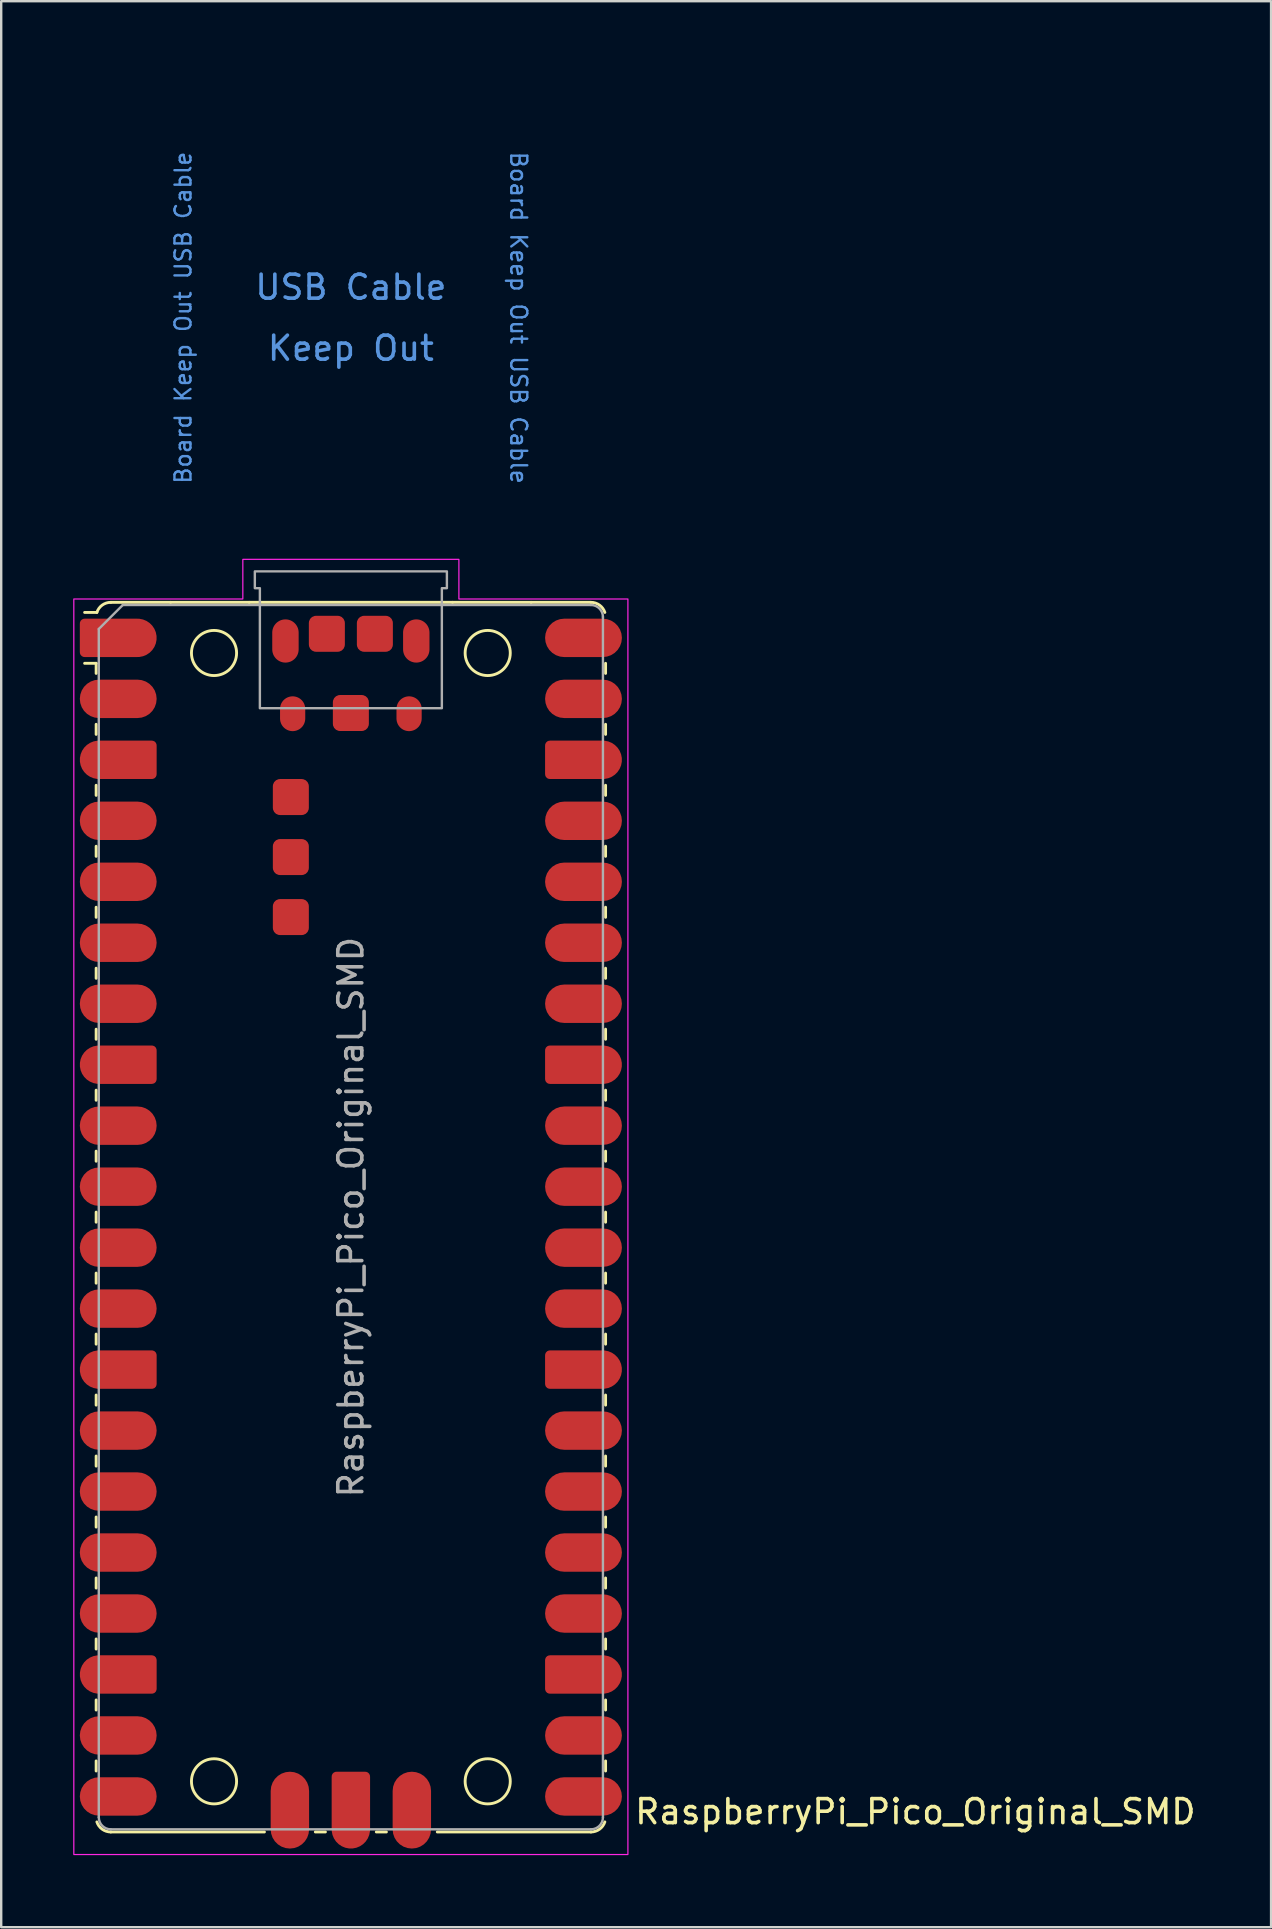
<source format=kicad_pcb>
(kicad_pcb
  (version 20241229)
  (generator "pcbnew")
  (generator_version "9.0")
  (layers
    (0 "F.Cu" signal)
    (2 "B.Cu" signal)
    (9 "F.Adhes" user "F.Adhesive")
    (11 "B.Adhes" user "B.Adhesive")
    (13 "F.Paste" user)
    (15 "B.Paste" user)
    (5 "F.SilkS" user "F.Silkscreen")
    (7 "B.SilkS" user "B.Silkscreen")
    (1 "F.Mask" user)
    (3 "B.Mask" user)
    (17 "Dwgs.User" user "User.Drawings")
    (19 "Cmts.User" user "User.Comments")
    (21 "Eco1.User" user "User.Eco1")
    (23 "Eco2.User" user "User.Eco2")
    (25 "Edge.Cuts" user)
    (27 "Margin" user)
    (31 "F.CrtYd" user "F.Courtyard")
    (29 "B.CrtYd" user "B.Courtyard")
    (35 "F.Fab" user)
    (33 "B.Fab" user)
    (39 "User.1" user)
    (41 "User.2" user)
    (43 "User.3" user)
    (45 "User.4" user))
  (footprint "RaspberryPi_Pico_Original_SMD"
    (layer "F.Cu")
    (at 11.565 47.65)
    (property "Reference" "RaspberryPi_Pico_Original_SMD" (at 11.748 24.765 0) (unlocked yes) (layer "F.SilkS") (effects (font (size 1 1) (thickness 0.15)) (justify left)))
    (attr smd)
    (fp_line (start -10.61 -23.07) (end -11.09 -23.07) (stroke (width 0.12) (type solid)) (layer "F.SilkS"))
    (fp_line (start -10.61 -23.07) (end -10.61 -22.65) (stroke (width 0.12) (type solid)) (layer "F.SilkS"))
    (fp_line (start -10.61 -20.53) (end -10.61 -20.11) (stroke (width 0.12) (type solid)) (layer "F.SilkS"))
    (fp_line (start -10.61 -17.99) (end -10.61 -17.57) (stroke (width 0.12) (type solid)) (layer "F.SilkS"))
    (fp_line (start -10.61 -15.45) (end -10.61 -15.03) (stroke (width 0.12) (type solid)) (layer "F.SilkS"))
    (fp_line (start -10.61 -12.91) (end -10.61 -12.49) (stroke (width 0.12) (type solid)) (layer "F.SilkS"))
    (fp_line (start -10.61 -10.37) (end -10.61 -9.95) (stroke (width 0.12) (type solid)) (layer "F.SilkS"))
    (fp_line (start -10.61 -7.83) (end -10.61 -7.41) (stroke (width 0.12) (type solid)) (layer "F.SilkS"))
    (fp_line (start -10.61 -5.29) (end -10.61 -4.87) (stroke (width 0.12) (type solid)) (layer "F.SilkS"))
    (fp_line (start -10.61 -2.75) (end -10.61 -2.33) (stroke (width 0.12) (type solid)) (layer "F.SilkS"))
    (fp_line (start -10.61 -0.21) (end -10.61 0.21) (stroke (width 0.12) (type solid)) (layer "F.SilkS"))
    (fp_line (start -10.61 2.33) (end -10.61 2.75) (stroke (width 0.12) (type solid)) (layer "F.SilkS"))
    (fp_line (start -10.61 4.87) (end -10.61 5.29) (stroke (width 0.12) (type solid)) (layer "F.SilkS"))
    (fp_line (start -10.61 7.41) (end -10.61 7.83) (stroke (width 0.12) (type solid)) (layer "F.SilkS"))
    (fp_line (start -10.61 9.95) (end -10.61 10.37) (stroke (width 0.12) (type solid)) (layer "F.SilkS"))
    (fp_line (start -10.61 12.49) (end -10.61 12.91) (stroke (width 0.12) (type solid)) (layer "F.SilkS"))
    (fp_line (start -10.61 15.03) (end -10.61 15.45) (stroke (width 0.12) (type solid)) (layer "F.SilkS"))
    (fp_line (start -10.61 17.57) (end -10.61 17.99) (stroke (width 0.12) (type solid)) (layer "F.SilkS"))
    (fp_line (start -10.61 20.11) (end -10.61 20.53) (stroke (width 0.12) (type solid)) (layer "F.SilkS"))
    (fp_line (start -10.61 22.65) (end -10.61 23.07) (stroke (width 0.12) (type solid)) (layer "F.SilkS"))
    (fp_line (start -10.58 -25.19) (end -11.09 -25.19) (stroke (width 0.12) (type solid)) (layer "F.SilkS"))
    (fp_line (start -10 -25.61) (end -7.51 -25.61) (stroke (width 0.12) (type solid)) (layer "F.SilkS"))
    (fp_line (start -10 25.61) (end -3.6 25.61) (stroke (width 0.12) (type solid)) (layer "F.SilkS"))
    (fp_line (start -7.51 -25.61) (end -4.235 -25.61) (stroke (width 0.12) (type solid)) (layer "F.SilkS"))
    (fp_line (start -4.235 -25.61) (end 4.235 -25.61) (stroke (width 0.12) (type solid)) (layer "F.SilkS"))
    (fp_line (start -1.48 25.61) (end -1.06 25.61) (stroke (width 0.12) (type solid)) (layer "F.SilkS"))
    (fp_line (start 1.06 25.61) (end 1.48 25.61) (stroke (width 0.12) (type solid)) (layer "F.SilkS"))
    (fp_line (start 3.6 25.61) (end 10 25.61) (stroke (width 0.12) (type solid)) (layer "F.SilkS"))
    (fp_line (start 4.235 -25.61) (end 7.51 -25.61) (stroke (width 0.12) (type solid)) (layer "F.SilkS"))
    (fp_line (start 10 -25.61) (end 7.51 -25.61) (stroke (width 0.12) (type solid)) (layer "F.SilkS"))
    (fp_line (start 10.61 -23.07) (end 10.61 -22.65) (stroke (width 0.12) (type solid)) (layer "F.SilkS"))
    (fp_line (start 10.61 -20.53) (end 10.61 -20.11) (stroke (width 0.12) (type solid)) (layer "F.SilkS"))
    (fp_line (start 10.61 -17.99) (end 10.61 -17.57) (stroke (width 0.12) (type solid)) (layer "F.SilkS"))
    (fp_line (start 10.61 -15.45) (end 10.61 -15.03) (stroke (width 0.12) (type solid)) (layer "F.SilkS"))
    (fp_line (start 10.61 -12.91) (end 10.61 -12.49) (stroke (width 0.12) (type solid)) (layer "F.SilkS"))
    (fp_line (start 10.61 -10.37) (end 10.61 -9.95) (stroke (width 0.12) (type solid)) (layer "F.SilkS"))
    (fp_line (start 10.61 -7.83) (end 10.61 -7.41) (stroke (width 0.12) (type solid)) (layer "F.SilkS"))
    (fp_line (start 10.61 -5.29) (end 10.61 -4.87) (stroke (width 0.12) (type solid)) (layer "F.SilkS"))
    (fp_line (start 10.61 -2.75) (end 10.61 -2.33) (stroke (width 0.12) (type solid)) (layer "F.SilkS"))
    (fp_line (start 10.61 -0.21) (end 10.61 0.21) (stroke (width 0.12) (type solid)) (layer "F.SilkS"))
    (fp_line (start 10.61 2.33) (end 10.61 2.75) (stroke (width 0.12) (type solid)) (layer "F.SilkS"))
    (fp_line (start 10.61 4.87) (end 10.61 5.29) (stroke (width 0.12) (type solid)) (layer "F.SilkS"))
    (fp_line (start 10.61 7.41) (end 10.61 7.83) (stroke (width 0.12) (type solid)) (layer "F.SilkS"))
    (fp_line (start 10.61 9.95) (end 10.61 10.37) (stroke (width 0.12) (type solid)) (layer "F.SilkS"))
    (fp_line (start 10.61 12.49) (end 10.61 12.91) (stroke (width 0.12) (type solid)) (layer "F.SilkS"))
    (fp_line (start 10.61 15.03) (end 10.61 15.45) (stroke (width 0.12) (type solid)) (layer "F.SilkS"))
    (fp_line (start 10.61 17.57) (end 10.61 17.99) (stroke (width 0.12) (type solid)) (layer "F.SilkS"))
    (fp_line (start 10.61 20.11) (end 10.61 20.53) (stroke (width 0.12) (type solid)) (layer "F.SilkS"))
    (fp_line (start 10.61 22.65) (end 10.61 23.07) (stroke (width 0.12) (type solid)) (layer "F.SilkS"))
    (fp_arc (start -10.579676 -25.189937) (mid -10.357938 -25.493944) (end -10 -25.61) (stroke (width 0.12) (type solid)) (layer "F.SilkS"))
    (fp_arc (start -10 25.61) (mid -10.357937 25.493943) (end -10.579676 25.189937) (stroke (width 0.12) (type solid)) (layer "F.SilkS"))
    (fp_arc (start 10 -25.61) (mid 10.357937 -25.493944) (end 10.579676 -25.189937) (stroke (width 0.12) (type solid)) (layer "F.SilkS"))
    (fp_arc (start 10.579676 25.189937) (mid 10.357958 25.493991) (end 10 25.61) (stroke (width 0.12) (type solid)) (layer "F.SilkS"))
    (fp_circle (center -5.7 -23.5) (end -4.76 -23.5) (stroke (width 0.12) (type solid)) (fill no) (layer "F.SilkS"))
    (fp_circle (center -5.7 23.5) (end -4.76 23.5) (stroke (width 0.12) (type solid)) (fill no) (layer "F.SilkS"))
    (fp_circle (center 5.7 -23.5) (end 6.64 -23.5) (stroke (width 0.12) (type solid)) (fill no) (layer "F.SilkS"))
    (fp_circle (center 5.7 23.5) (end 6.64 23.5) (stroke (width 0.12) (type solid)) (fill no) (layer "F.SilkS"))
    (fp_poly (pts (xy -4.5 -27.4) (xy 4.5 -27.4) (xy 4.5 -25.75) (xy 11.54 -25.75) (xy 11.54 26.55) (xy -11.54 26.55) (xy -11.54 -25.75) (xy -4.5 -25.75)) (stroke (width 0.05) (type solid)) (fill no) (layer "F.CrtYd"))
    (fp_line (start -10.5 -24.5) (end -9.5 -25.5) (stroke (width 0.1) (type solid)) (layer "F.Fab"))
    (fp_line (start -10.5 25) (end -10.5 -24.5) (stroke (width 0.1) (type solid)) (layer "F.Fab"))
    (fp_line (start -9.5 -25.5) (end 10 -25.5) (stroke (width 0.1) (type solid)) (layer "F.Fab"))
    (fp_line (start 10 25.5) (end -10 25.5) (stroke (width 0.1) (type solid)) (layer "F.Fab"))
    (fp_line (start 10.5 -25) (end 10.5 25) (stroke (width 0.1) (type solid)) (layer "F.Fab"))
    (fp_arc (start -10 25.5) (mid -10.353553 25.353553) (end -10.5 25) (stroke (width 0.1) (type solid)) (layer "F.Fab"))
    (fp_arc (start 10 -25.5) (mid 10.353553 -25.353553) (end 10.5 -25) (stroke (width 0.1) (type solid)) (layer "F.Fab"))
    (fp_arc (start 10.5 25) (mid 10.353553 25.353553) (end 10 25.5) (stroke (width 0.1) (type solid)) (layer "F.Fab"))
    (fp_poly (pts (xy 3.79 -21.2) (xy 3.79 -26.2) (xy 4 -26.2) (xy 4 -26.9) (xy -4 -26.9) (xy -4 -26.2) (xy -3.79 -26.2) (xy -3.79 -21.2)) (stroke (width 0.1) (type solid)) (fill no) (layer "F.Fab"))
    (fp_text user "Board Keep Out USB Cable" (at 6.985 -37.465 270) (unlocked yes) (layer "Cmts.User") (effects (font (size 0.667 0.667) (thickness 0.1))))
    (fp_text user "Board Keep Out USB Cable" (at -6.985 -37.465 90) (unlocked yes) (layer "Cmts.User") (effects (font (size 0.667 0.667) (thickness 0.1))))
    (fp_text user "USB Cable" (at 0 -38.735 0) (unlocked yes) (layer "Cmts.User") (effects (font (size 1 1) (thickness 0.15))))
    (fp_text user "Keep Out" (at 0 -36.195 0) (unlocked yes) (layer "Cmts.User") (effects (font (size 1 1) (thickness 0.15))))
    (fp_text user "${REFERENCE}" (at 0 0 90) (layer "F.Fab") (effects (font (size 1 1) (thickness 0.15))))
    (pad "" smd oval (at -2.725 -24) (size 1.1 1.8) (layers "F.Cu" "F.Mask" "F.Paste"))
    (pad "" smd oval (at -2.425 -20.97) (size 1.05 1.45) (layers "F.Cu" "F.Mask" "F.Paste"))
    (pad "" smd oval (at 2.425 -20.97) (size 1.05 1.45) (layers "F.Cu" "F.Mask" "F.Paste"))
    (pad "" smd oval (at 2.725 -24) (size 1.1 1.8) (layers "F.Cu" "F.Mask" "F.Paste"))
    (pad "1" smd custom (at -8.89 -24.13) (size 1.6 1.6) (layers "F.Cu" "F.Mask" "F.Paste") (options (anchor circle)) (primitives (gr_poly (pts (xy -2.4 0.6) (xy -2.4 -0.6) (xy -2.2 -0.8) (xy 0 -0.8) (xy 0 0.8) (xy -2.2 0.8)) (width 0) (fill yes)) (gr_circle (center -2.2 0.6) (end -2 0.6) (width 0) (fill yes)) (gr_circle (center -2.2 -0.6) (end -2 -0.6) (width 0) (fill yes))))
    (pad "2" smd roundrect (at -8.89 -21.59) (size 3.2 1.6) (drill (offset -0.8 0)) (layers "F.Cu" "F.Mask" "F.Paste") (roundrect_rratio 0.5))
    (pad "3" smd custom (at -8.89 -19.05) (size 1.6 1.6) (layers "F.Cu" "F.Mask" "F.Paste") (options (anchor circle)) (primitives (gr_poly (pts (xy 0.8 -0.6) (xy 0.8 0.6) (xy 0.6 0.8) (xy -1.6 0.8) (xy -1.6 -0.8) (xy 0.6 -0.8)) (width 0) (fill yes)) (gr_circle (center 0.6 0.6) (end 0.8 0.6) (width 0) (fill yes)) (gr_circle (center 0.6 -0.6) (end 0.8 -0.6) (width 0) (fill yes)) (gr_circle (center -1.6 0) (end -0.8 0) (width 0) (fill yes))))
    (pad "4" smd roundrect (at -8.89 -16.51) (size 3.2 1.6) (drill (offset -0.8 0)) (layers "F.Cu" "F.Mask" "F.Paste") (roundrect_rratio 0.5))
    (pad "5" smd roundrect (at -8.89 -13.97) (size 3.2 1.6) (drill (offset -0.8 0)) (layers "F.Cu" "F.Mask" "F.Paste") (roundrect_rratio 0.5))
    (pad "6" smd roundrect (at -8.89 -11.43) (size 3.2 1.6) (drill (offset -0.8 0)) (layers "F.Cu" "F.Mask" "F.Paste") (roundrect_rratio 0.5))
    (pad "7" smd roundrect (at -8.89 -8.89) (size 3.2 1.6) (drill (offset -0.8 0)) (layers "F.Cu" "F.Mask" "F.Paste") (roundrect_rratio 0.5))
    (pad "8" smd custom (at -8.89 -6.35) (size 1.6 1.6) (layers "F.Cu" "F.Mask" "F.Paste") (options (anchor circle)) (primitives (gr_poly (pts (xy 0.8 -0.6) (xy 0.8 0.6) (xy 0.6 0.8) (xy -1.6 0.8) (xy -1.6 -0.8) (xy 0.6 -0.8)) (width 0) (fill yes)) (gr_circle (center 0.6 0.6) (end 0.8 0.6) (width 0) (fill yes)) (gr_circle (center 0.6 -0.6) (end 0.8 -0.6) (width 0) (fill yes)) (gr_circle (center -1.6 0) (end -0.8 0) (width 0) (fill yes))))
    (pad "9" smd roundrect (at -8.89 -3.81) (size 3.2 1.6) (drill (offset -0.8 0)) (layers "F.Cu" "F.Mask" "F.Paste") (roundrect_rratio 0.5))
    (pad "10" smd roundrect (at -8.89 -1.27) (size 3.2 1.6) (drill (offset -0.8 0)) (layers "F.Cu" "F.Mask" "F.Paste") (roundrect_rratio 0.5))
    (pad "11" smd roundrect (at -8.89 1.27) (size 3.2 1.6) (drill (offset -0.8 0)) (layers "F.Cu" "F.Mask" "F.Paste") (roundrect_rratio 0.5))
    (pad "12" smd roundrect (at -8.89 3.81) (size 3.2 1.6) (drill (offset -0.8 0)) (layers "F.Cu" "F.Mask" "F.Paste") (roundrect_rratio 0.5))
    (pad "13" smd custom (at -8.89 6.35) (size 1.6 1.6) (layers "F.Cu" "F.Mask" "F.Paste") (options (anchor circle)) (primitives (gr_poly (pts (xy 0.8 -0.6) (xy 0.8 0.6) (xy 0.6 0.8) (xy -1.6 0.8) (xy -1.6 -0.8) (xy 0.6 -0.8)) (width 0) (fill yes)) (gr_circle (center 0.6 0.6) (end 0.8 0.6) (width 0) (fill yes)) (gr_circle (center 0.6 -0.6) (end 0.8 -0.6) (width 0) (fill yes)) (gr_circle (center -1.6 0) (end -0.8 0) (width 0) (fill yes))))
    (pad "14" smd roundrect (at -8.89 8.89) (size 3.2 1.6) (drill (offset -0.8 0)) (layers "F.Cu" "F.Mask" "F.Paste") (roundrect_rratio 0.5))
    (pad "15" smd roundrect (at -8.89 11.43) (size 3.2 1.6) (drill (offset -0.8 0)) (layers "F.Cu" "F.Mask" "F.Paste") (roundrect_rratio 0.5))
    (pad "16" smd roundrect (at -8.89 13.97) (size 3.2 1.6) (drill (offset -0.8 0)) (layers "F.Cu" "F.Mask" "F.Paste") (roundrect_rratio 0.5))
    (pad "17" smd roundrect (at -8.89 16.51) (size 3.2 1.6) (drill (offset -0.8 0)) (layers "F.Cu" "F.Mask" "F.Paste") (roundrect_rratio 0.5))
    (pad "18" smd custom (at -8.89 19.05) (size 1.6 1.6) (layers "F.Cu" "F.Mask" "F.Paste") (options (anchor circle)) (primitives (gr_poly (pts (xy 0.8 -0.6) (xy 0.8 0.6) (xy 0.6 0.8) (xy -1.6 0.8) (xy -1.6 -0.8) (xy 0.6 -0.8)) (width 0) (fill yes)) (gr_circle (center 0.6 0.6) (end 0.8 0.6) (width 0) (fill yes)) (gr_circle (center 0.6 -0.6) (end 0.8 -0.6) (width 0) (fill yes)) (gr_circle (center -1.6 0) (end -0.8 0) (width 0) (fill yes))))
    (pad "19" smd roundrect (at -8.89 21.59) (size 3.2 1.6) (drill (offset -0.8 0)) (layers "F.Cu" "F.Mask" "F.Paste") (roundrect_rratio 0.5))
    (pad "20" smd roundrect (at -8.89 24.13) (size 3.2 1.6) (drill (offset -0.8 0)) (layers "F.Cu" "F.Mask" "F.Paste") (roundrect_rratio 0.5))
    (pad "21" smd roundrect (at 8.89 24.13) (size 3.2 1.6) (drill (offset 0.8 0)) (layers "F.Cu" "F.Mask" "F.Paste") (roundrect_rratio 0.5))
    (pad "22" smd roundrect (at 8.89 21.59) (size 3.2 1.6) (drill (offset 0.8 0)) (layers "F.Cu" "F.Mask" "F.Paste") (roundrect_rratio 0.5))
    (pad "23" smd custom (at 8.89 19.05) (size 1.6 1.6) (layers "F.Cu" "F.Mask" "F.Paste") (options (anchor circle)) (primitives (gr_poly (pts (xy -0.8 -0.6) (xy -0.8 0.6) (xy -0.6 0.8) (xy 1.6 0.8) (xy 1.6 -0.8) (xy -0.6 -0.8)) (width 0) (fill yes)) (gr_circle (center -0.6 0.6) (end -0.4 0.6) (width 0) (fill yes)) (gr_circle (center -0.6 -0.6) (end -0.4 -0.6) (width 0) (fill yes)) (gr_circle (center 1.6 0) (end 2.4 0) (width 0) (fill yes))))
    (pad "24" smd roundrect (at 8.89 16.51) (size 3.2 1.6) (drill (offset 0.8 0)) (layers "F.Cu" "F.Mask" "F.Paste") (roundrect_rratio 0.5))
    (pad "25" smd roundrect (at 8.89 13.97) (size 3.2 1.6) (drill (offset 0.8 0)) (layers "F.Cu" "F.Mask" "F.Paste") (roundrect_rratio 0.5))
    (pad "26" smd roundrect (at 8.89 11.43) (size 3.2 1.6) (drill (offset 0.8 0)) (layers "F.Cu" "F.Mask" "F.Paste") (roundrect_rratio 0.5))
    (pad "27" smd roundrect (at 8.89 8.89) (size 3.2 1.6) (drill (offset 0.8 0)) (layers "F.Cu" "F.Mask" "F.Paste") (roundrect_rratio 0.5))
    (pad "28" smd custom (at 8.89 6.35) (size 1.6 1.6) (layers "F.Cu" "F.Mask" "F.Paste") (options (anchor circle)) (primitives (gr_poly (pts (xy -0.8 -0.6) (xy -0.8 0.6) (xy -0.6 0.8) (xy 1.6 0.8) (xy 1.6 -0.8) (xy -0.6 -0.8)) (width 0) (fill yes)) (gr_circle (center -0.6 0.6) (end -0.4 0.6) (width 0) (fill yes)) (gr_circle (center -0.6 -0.6) (end -0.4 -0.6) (width 0) (fill yes)) (gr_circle (center 1.6 0) (end 2.4 0) (width 0) (fill yes))))
    (pad "29" smd roundrect (at 8.89 3.81) (size 3.2 1.6) (drill (offset 0.8 0)) (layers "F.Cu" "F.Mask" "F.Paste") (roundrect_rratio 0.5))
    (pad "30" smd roundrect (at 8.89 1.27) (size 3.2 1.6) (drill (offset 0.8 0)) (layers "F.Cu" "F.Mask" "F.Paste") (roundrect_rratio 0.5))
    (pad "31" smd roundrect (at 8.89 -1.27) (size 3.2 1.6) (drill (offset 0.8 0)) (layers "F.Cu" "F.Mask" "F.Paste") (roundrect_rratio 0.5))
    (pad "32" smd roundrect (at 8.89 -3.81) (size 3.2 1.6) (drill (offset 0.8 0)) (layers "F.Cu" "F.Mask" "F.Paste") (roundrect_rratio 0.5))
    (pad "33" smd custom (at 8.89 -6.35) (size 1.6 1.6) (layers "F.Cu" "F.Mask" "F.Paste") (options (anchor circle)) (primitives (gr_poly (pts (xy -0.8 -0.6) (xy -0.8 0.6) (xy -0.6 0.8) (xy 1.6 0.8) (xy 1.6 -0.8) (xy -0.6 -0.8)) (width 0) (fill yes)) (gr_circle (center -0.6 0.6) (end -0.4 0.6) (width 0) (fill yes)) (gr_circle (center -0.6 -0.6) (end -0.4 -0.6) (width 0) (fill yes)) (gr_circle (center 1.6 0) (end 2.4 0) (width 0) (fill yes))))
    (pad "34" smd roundrect (at 8.89 -8.89) (size 3.2 1.6) (drill (offset 0.8 0)) (layers "F.Cu" "F.Mask" "F.Paste") (roundrect_rratio 0.5))
    (pad "35" smd roundrect (at 8.89 -11.43) (size 3.2 1.6) (drill (offset 0.8 0)) (layers "F.Cu" "F.Mask" "F.Paste") (roundrect_rratio 0.5))
    (pad "36" smd roundrect (at 8.89 -13.97) (size 3.2 1.6) (drill (offset 0.8 0)) (layers "F.Cu" "F.Mask" "F.Paste") (roundrect_rratio 0.5))
    (pad "37" smd roundrect (at 8.89 -16.51) (size 3.2 1.6) (drill (offset 0.8 0)) (layers "F.Cu" "F.Mask" "F.Paste") (roundrect_rratio 0.5))
    (pad "38" smd custom (at 8.89 -19.05) (size 1.6 1.6) (layers "F.Cu" "F.Mask" "F.Paste") (options (anchor circle)) (primitives (gr_poly (pts (xy -0.8 -0.6) (xy -0.8 0.6) (xy -0.6 0.8) (xy 1.6 0.8) (xy 1.6 -0.8) (xy -0.6 -0.8)) (width 0) (fill yes)) (gr_circle (center -0.6 0.6) (end -0.4 0.6) (width 0) (fill yes)) (gr_circle (center -0.6 -0.6) (end -0.4 -0.6) (width 0) (fill yes)) (gr_circle (center 1.6 0) (end 2.4 0) (width 0) (fill yes))))
    (pad "39" smd roundrect (at 8.89 -21.59) (size 3.2 1.6) (drill (offset 0.8 0)) (layers "F.Cu" "F.Mask" "F.Paste") (roundrect_rratio 0.5))
    (pad "40" smd roundrect (at 8.89 -24.13) (size 3.2 1.6) (drill (offset 0.8 0)) (layers "F.Cu" "F.Mask" "F.Paste") (roundrect_rratio 0.5))
    (pad "D1" smd roundrect (at -2.54 23.9 90) (size 3.2 1.6) (drill (offset -0.8 0)) (layers "F.Cu" "F.Mask" "F.Paste") (roundrect_rratio 0.5))
    (pad "D2" smd custom (at 0 23.9 270) (size 1.6 1.6) (layers "F.Cu" "F.Mask" "F.Paste") (options (anchor circle)) (primitives (gr_poly (pts (xy -0.8 -0.6) (xy -0.8 0.6) (xy -0.6 0.8) (xy 1.6 0.8) (xy 1.6 -0.8) (xy -0.6 -0.8)) (width 0) (fill yes)) (gr_circle (center -0.6 0.6) (end -0.4 0.6) (width 0) (fill yes)) (gr_circle (center -0.6 -0.6) (end -0.4 -0.6) (width 0) (fill yes)) (gr_circle (center 1.6 0) (end 2.4 0) (width 0) (fill yes))))
    (pad "D3" smd roundrect (at 2.54 23.9 90) (size 3.2 1.6) (drill (offset -0.8 0)) (layers "F.Cu" "F.Mask" "F.Paste") (roundrect_rratio 0.5))
    (pad "TP1" smd roundrect (at 0 -21) (size 1.5 1.5) (layers "F.Cu" "F.Mask" "F.Paste") (roundrect_rratio 0.2))
    (pad "TP2" smd roundrect (at 1 -24.3) (size 1.5 1.5) (layers "F.Cu" "F.Mask" "F.Paste") (roundrect_rratio 0.2))
    (pad "TP3" smd roundrect (at -1 -24.3) (size 1.5 1.5) (layers "F.Cu" "F.Mask" "F.Paste") (roundrect_rratio 0.2))
    (pad "TP4" smd roundrect (at -2.5 -17.5) (size 1.5 1.5) (layers "F.Cu" "F.Mask" "F.Paste") (roundrect_rratio 0.2))
    (pad "TP5" smd roundrect (at -2.5 -15) (size 1.5 1.5) (layers "F.Cu" "F.Mask" "F.Paste") (roundrect_rratio 0.2))
    (pad "TP6" smd roundrect (at -2.5 -12.5) (size 1.5 1.5) (layers "F.Cu" "F.Mask" "F.Paste") (roundrect_rratio 0.2))
    (zone (net_name "") (layer "Edge.Cuts") (name "Board Keep Out USB Cable") (hatch edge 0.5) (connect_pads) (min_thickness 0.254) (filled_areas_thickness no) (keepout (tracks allowed) (vias allowed) (pads allowed) (copperpour allowed) (footprints allowed)) (placement (enabled no)) (fill) (polygon (pts (xy 5.365 0) (xy 17.765 0) (xy 17.765 20.4) (xy 5.365 20.4))))
    (zone (net_name "") (layer "F.CrtYd") (name "USB Cable Keep Out") (hatch full 0.5) (connect_pads) (min_thickness 0.254) (filled_areas_thickness no) (keepout (tracks allowed) (vias allowed) (pads allowed) (copperpour allowed) (footprints not_allowed)) (placement (enabled no)) (fill) (polygon (pts (xy 5.815 19.95) (xy 7.625 19.95) (xy 7.625 20.25) (xy 15.505 20.25) (xy 15.505 19.95) (xy 17.315 19.95) (xy 17.315 0.45) (xy 5.815 0.45)))))
  (gr_rect
    (start -3 -3)
    (end 49.896 77.225)
    (stroke (width 0.1) (type default))
    (fill no)
    (layer "Edge.Cuts")))
</source>
